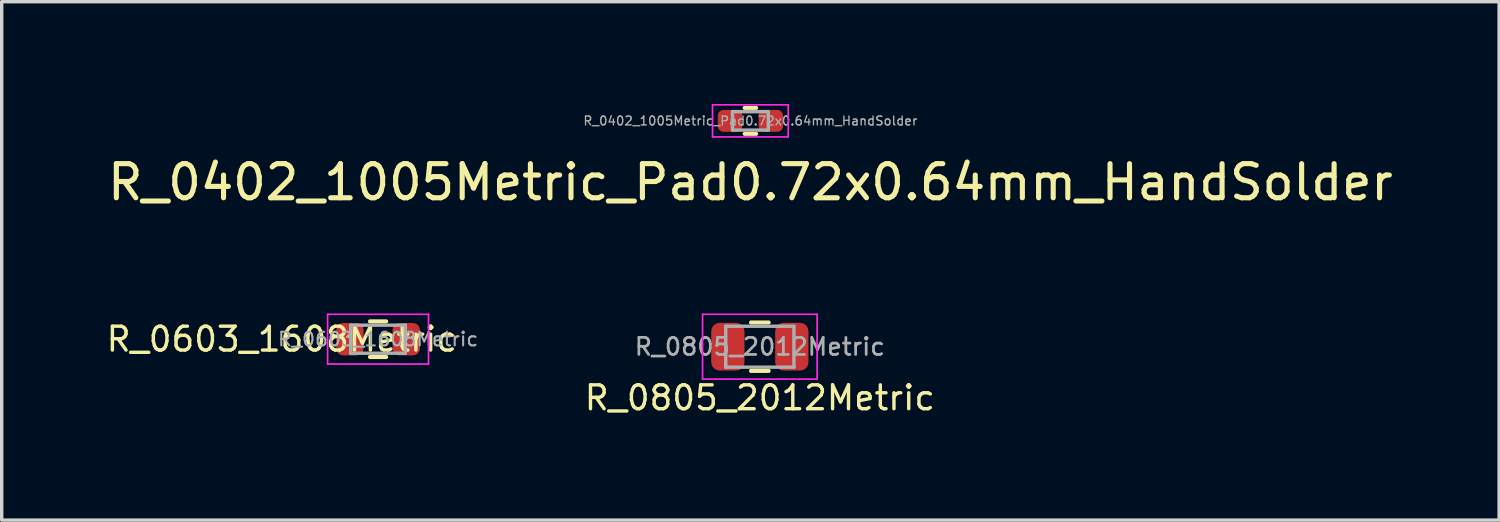
<source format=kicad_pcb>
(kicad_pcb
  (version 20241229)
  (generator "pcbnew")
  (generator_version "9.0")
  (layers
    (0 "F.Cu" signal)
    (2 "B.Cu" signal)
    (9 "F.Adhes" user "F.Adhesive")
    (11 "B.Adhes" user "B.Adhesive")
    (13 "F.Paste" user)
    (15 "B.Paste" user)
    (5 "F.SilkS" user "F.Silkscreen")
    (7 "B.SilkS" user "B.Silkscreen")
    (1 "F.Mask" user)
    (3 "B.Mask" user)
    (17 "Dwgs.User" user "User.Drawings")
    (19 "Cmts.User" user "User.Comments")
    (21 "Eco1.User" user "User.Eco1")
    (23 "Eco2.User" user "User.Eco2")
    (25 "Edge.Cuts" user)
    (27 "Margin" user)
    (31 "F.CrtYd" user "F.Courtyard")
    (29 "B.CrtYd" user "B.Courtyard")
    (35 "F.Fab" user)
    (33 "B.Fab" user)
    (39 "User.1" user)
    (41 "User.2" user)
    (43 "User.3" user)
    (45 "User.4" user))
  (footprint "R_0402_1005Metric_Pad0.72x0.64mm_HandSolder"
    (layer "F.Cu")
    (at 18.958 0.495)
    (property "Reference" "R_0402_1005Metric_Pad0.72x0.64mm_HandSolder" (at 0 1.8 0) (layer "F.SilkS") (effects (font (size 1 1) (thickness 0.15))))
    (attr smd)
    (fp_line (start -0.168 -0.38) (end 0.168 -0.38) (stroke (width 0.12) (type solid)) (layer "F.SilkS"))
    (fp_line (start -0.168 0.38) (end 0.168 0.38) (stroke (width 0.12) (type solid)) (layer "F.SilkS"))
    (fp_line (start -1.11 -0.47) (end 1.11 -0.47) (stroke (width 0.05) (type solid)) (layer "F.CrtYd"))
    (fp_line (start -1.11 0.47) (end -1.11 -0.47) (stroke (width 0.05) (type solid)) (layer "F.CrtYd"))
    (fp_line (start 1.11 -0.47) (end 1.11 0.47) (stroke (width 0.05) (type solid)) (layer "F.CrtYd"))
    (fp_line (start 1.11 0.47) (end -1.11 0.47) (stroke (width 0.05) (type solid)) (layer "F.CrtYd"))
    (fp_line (start -0.525 -0.27) (end 0.525 -0.27) (stroke (width 0.1) (type solid)) (layer "F.Fab"))
    (fp_line (start -0.525 0.27) (end -0.525 -0.27) (stroke (width 0.1) (type solid)) (layer "F.Fab"))
    (fp_line (start 0.525 -0.27) (end 0.525 0.27) (stroke (width 0.1) (type solid)) (layer "F.Fab"))
    (fp_line (start 0.525 0.27) (end -0.525 0.27) (stroke (width 0.1) (type solid)) (layer "F.Fab"))
    (fp_text user "${REFERENCE}" (at 0 0 0) (layer "F.Fab") (effects (font (size 0.26 0.26) (thickness 0.04))))
    (pad "1" smd roundrect (at -0.598 0) (size 0.715 0.64) (layers "F.Cu" "F.Mask" "F.Paste") (roundrect_rratio 0.25))
    (pad "2" smd roundrect (at 0.598 0) (size 0.715 0.64) (layers "F.Cu" "F.Mask" "F.Paste") (roundrect_rratio 0.25)))
  (footprint "R_0805_2012Metric"
    (layer "F.Cu")
    (at 19.235 7.118)
    (property "Reference" "R_0805_2012Metric" (at 0 1.5 0) (layer "F.SilkS") (effects (font (size 0.7 0.7) (thickness 0.1))))
    (attr smd)
    (fp_line (start -0.259 -0.71) (end 0.259 -0.71) (stroke (width 0.12) (type solid)) (layer "F.SilkS"))
    (fp_line (start -0.259 0.71) (end 0.259 0.71) (stroke (width 0.12) (type solid)) (layer "F.SilkS"))
    (fp_line (start -1.68 -0.95) (end 1.68 -0.95) (stroke (width 0.05) (type solid)) (layer "F.CrtYd"))
    (fp_line (start -1.68 0.95) (end -1.68 -0.95) (stroke (width 0.05) (type solid)) (layer "F.CrtYd"))
    (fp_line (start 1.68 -0.95) (end 1.68 0.95) (stroke (width 0.05) (type solid)) (layer "F.CrtYd"))
    (fp_line (start 1.68 0.95) (end -1.68 0.95) (stroke (width 0.05) (type solid)) (layer "F.CrtYd"))
    (fp_line (start -1 -0.6) (end 1 -0.6) (stroke (width 0.1) (type solid)) (layer "F.Fab"))
    (fp_line (start -1 0.6) (end -1 -0.6) (stroke (width 0.1) (type solid)) (layer "F.Fab"))
    (fp_line (start 1 -0.6) (end 1 0.6) (stroke (width 0.1) (type solid)) (layer "F.Fab"))
    (fp_line (start 1 0.6) (end -1 0.6) (stroke (width 0.1) (type solid)) (layer "F.Fab"))
    (fp_text user "${REFERENCE}" (at 0 0 0) (layer "F.Fab") (effects (font (size 0.5 0.5) (thickness 0.08))))
    (pad "1" smd roundrect (at -0.938 0) (size 0.975 1.4) (layers "F.Cu" "F.Mask" "F.Paste") (roundrect_rratio 0.25))
    (pad "2" smd roundrect (at 0.938 0) (size 0.975 1.4) (layers "F.Cu" "F.Mask" "F.Paste") (roundrect_rratio 0.25)))
  (footprint "R_0603_1608Metric"
    (layer "F.Cu")
    (at 8.038 6.898)
    (property "Reference" "R_0603_1608Metric" (at -2.825 0 0) (layer "F.SilkS") (effects (font (size 0.7 0.7) (thickness 0.1))))
    (attr smd)
    (fp_line (start -0.237 -0.522) (end 0.237 -0.522) (stroke (width 0.12) (type solid)) (layer "F.SilkS"))
    (fp_line (start -0.237 0.522) (end 0.237 0.522) (stroke (width 0.12) (type solid)) (layer "F.SilkS"))
    (fp_line (start -1.48 -0.73) (end 1.48 -0.73) (stroke (width 0.05) (type solid)) (layer "F.CrtYd"))
    (fp_line (start -1.48 0.73) (end -1.48 -0.73) (stroke (width 0.05) (type solid)) (layer "F.CrtYd"))
    (fp_line (start 1.48 -0.73) (end 1.48 0.73) (stroke (width 0.05) (type solid)) (layer "F.CrtYd"))
    (fp_line (start 1.48 0.73) (end -1.48 0.73) (stroke (width 0.05) (type solid)) (layer "F.CrtYd"))
    (fp_line (start -0.8 -0.412) (end 0.8 -0.412) (stroke (width 0.1) (type solid)) (layer "F.Fab"))
    (fp_line (start -0.8 0.412) (end -0.8 -0.412) (stroke (width 0.1) (type solid)) (layer "F.Fab"))
    (fp_line (start 0.8 -0.412) (end 0.8 0.412) (stroke (width 0.1) (type solid)) (layer "F.Fab"))
    (fp_line (start 0.8 0.412) (end -0.8 0.412) (stroke (width 0.1) (type solid)) (layer "F.Fab"))
    (fp_text user "${REFERENCE}" (at 0 0 0) (layer "F.Fab") (effects (font (size 0.4 0.4) (thickness 0.06))))
    (pad "1" smd roundrect (at -0.825 0) (size 0.8 0.95) (layers "F.Cu" "F.Mask" "F.Paste") (roundrect_rratio 0.25))
    (pad "2" smd roundrect (at 0.825 0) (size 0.8 0.95) (layers "F.Cu" "F.Mask" "F.Paste") (roundrect_rratio 0.25)))
  (gr_rect
    (start -3 -3)
    (end 40.917 12.203)
    (stroke (width 0.1) (type default))
    (fill no)
    (layer "Edge.Cuts")))
</source>
